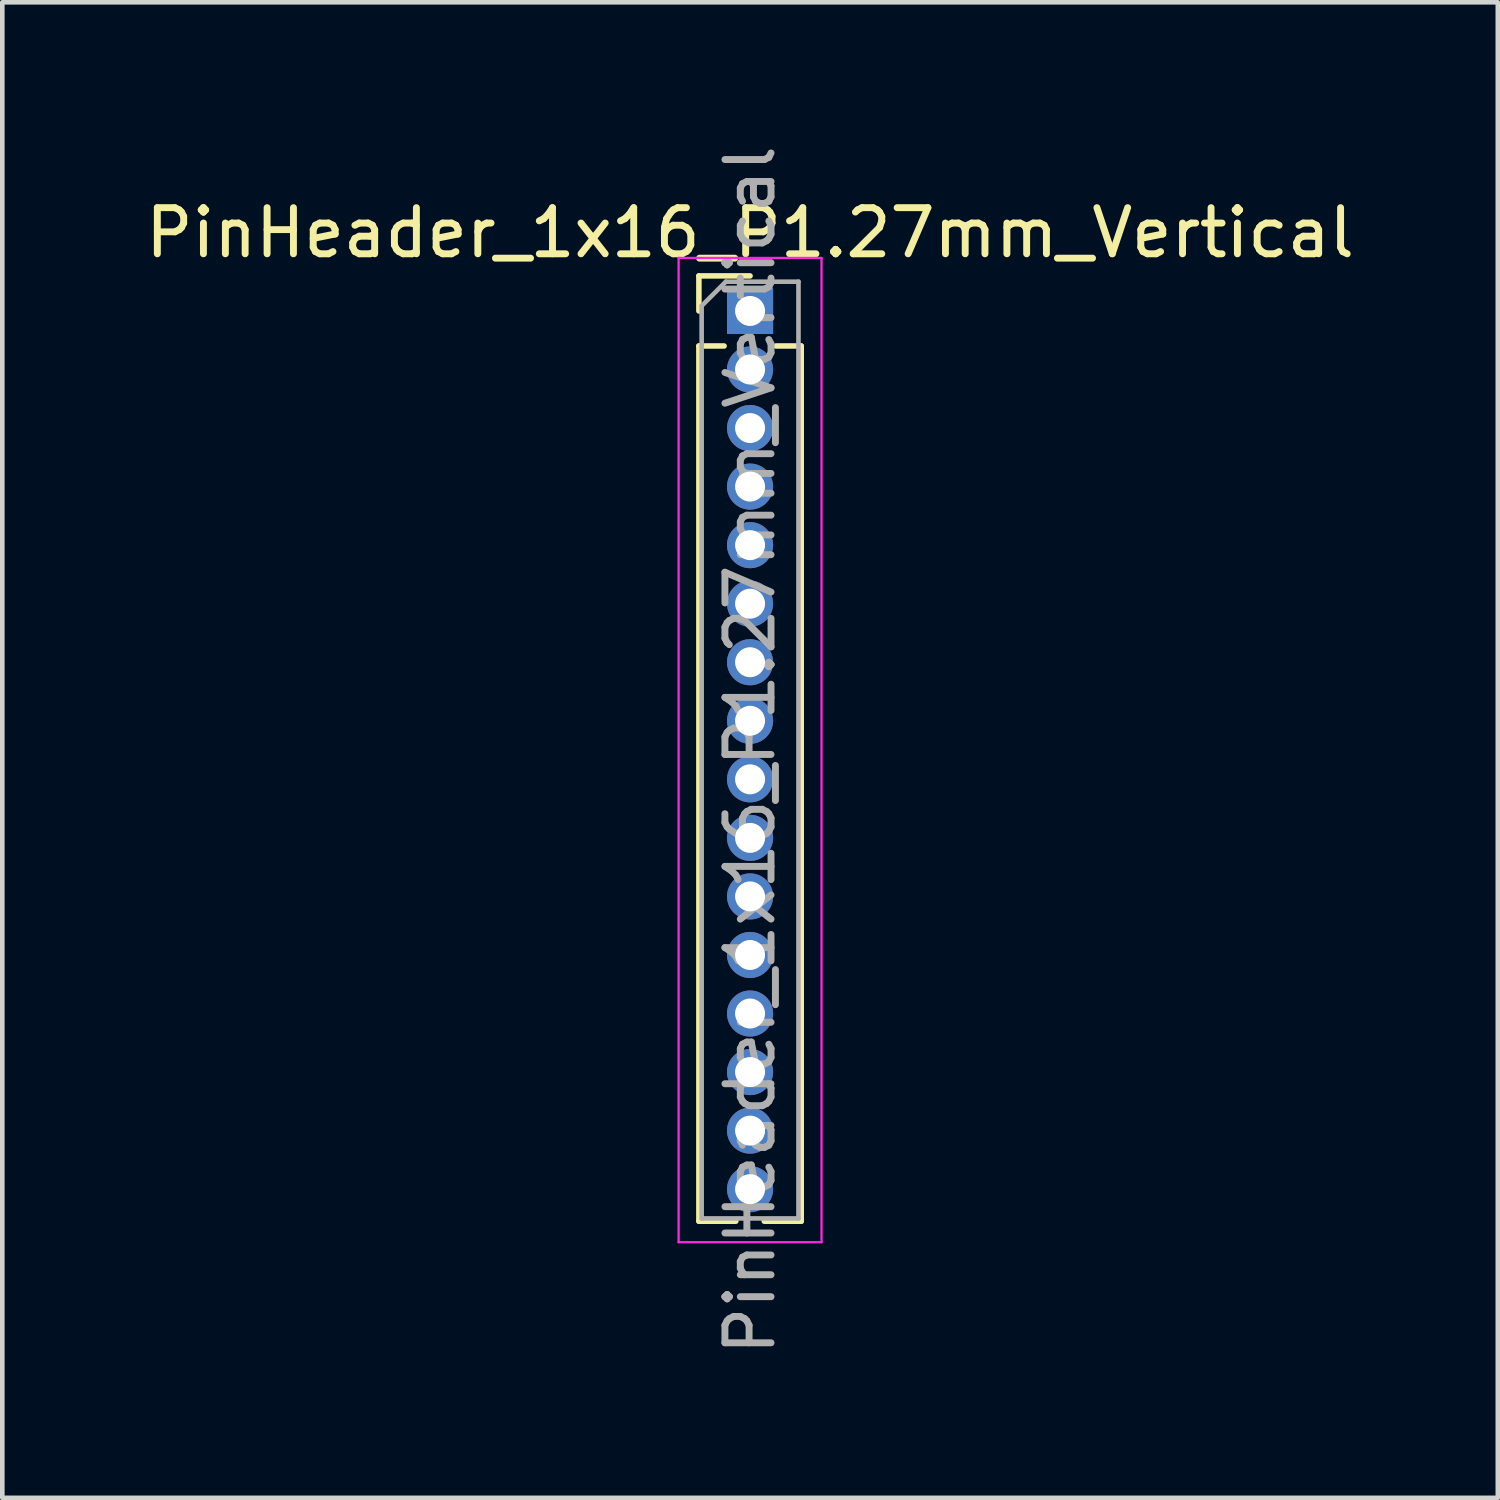
<source format=kicad_pcb>
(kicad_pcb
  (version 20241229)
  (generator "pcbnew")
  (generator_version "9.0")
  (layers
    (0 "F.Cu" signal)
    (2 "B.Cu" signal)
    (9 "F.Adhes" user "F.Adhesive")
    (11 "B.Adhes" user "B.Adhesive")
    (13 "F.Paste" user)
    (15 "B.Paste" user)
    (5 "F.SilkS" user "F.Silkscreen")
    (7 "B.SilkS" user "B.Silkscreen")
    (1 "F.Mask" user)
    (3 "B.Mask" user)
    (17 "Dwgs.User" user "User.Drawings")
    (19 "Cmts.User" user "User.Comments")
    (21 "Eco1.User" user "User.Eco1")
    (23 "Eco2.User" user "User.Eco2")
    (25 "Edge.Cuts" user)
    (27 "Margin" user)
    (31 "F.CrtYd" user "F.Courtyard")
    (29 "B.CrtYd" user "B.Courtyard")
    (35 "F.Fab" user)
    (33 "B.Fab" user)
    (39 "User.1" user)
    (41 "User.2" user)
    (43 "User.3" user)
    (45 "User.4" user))
  (footprint "PinHeader_1x16_P1.27mm_Vertical"
    (layer "F.Cu")
    (at 13.22 3.695)
    (property "Reference" "PinHeader_1x16_P1.27mm_Vertical" (at 0 -1.695 0) (layer "F.SilkS") (effects (font (size 1 1) (thickness 0.15))))
    (attr through_hole)
    (fp_line (start -1.11 -0.76) (end 0 -0.76) (stroke (width 0.12) (type solid)) (layer "F.SilkS"))
    (fp_line (start -1.11 0) (end -1.11 -0.76) (stroke (width 0.12) (type solid)) (layer "F.SilkS"))
    (fp_line (start -1.11 0.76) (end -1.11 19.745) (stroke (width 0.12) (type solid)) (layer "F.SilkS"))
    (fp_line (start -1.11 0.76) (end -0.563 0.76) (stroke (width 0.12) (type solid)) (layer "F.SilkS"))
    (fp_line (start -1.11 19.745) (end -0.308 19.745) (stroke (width 0.12) (type solid)) (layer "F.SilkS"))
    (fp_line (start 0.308 19.745) (end 1.11 19.745) (stroke (width 0.12) (type solid)) (layer "F.SilkS"))
    (fp_line (start 0.563 0.76) (end 1.11 0.76) (stroke (width 0.12) (type solid)) (layer "F.SilkS"))
    (fp_line (start 1.11 0.76) (end 1.11 19.745) (stroke (width 0.12) (type solid)) (layer "F.SilkS"))
    (fp_line (start -1.55 -1.15) (end -1.55 20.2) (stroke (width 0.05) (type solid)) (layer "F.CrtYd"))
    (fp_line (start -1.55 20.2) (end 1.55 20.2) (stroke (width 0.05) (type solid)) (layer "F.CrtYd"))
    (fp_line (start 1.55 -1.15) (end -1.55 -1.15) (stroke (width 0.05) (type solid)) (layer "F.CrtYd"))
    (fp_line (start 1.55 20.2) (end 1.55 -1.15) (stroke (width 0.05) (type solid)) (layer "F.CrtYd"))
    (fp_line (start -1.05 -0.11) (end -0.525 -0.635) (stroke (width 0.1) (type solid)) (layer "F.Fab"))
    (fp_line (start -1.05 19.685) (end -1.05 -0.11) (stroke (width 0.1) (type solid)) (layer "F.Fab"))
    (fp_line (start -0.525 -0.635) (end 1.05 -0.635) (stroke (width 0.1) (type solid)) (layer "F.Fab"))
    (fp_line (start 1.05 -0.635) (end 1.05 19.685) (stroke (width 0.1) (type solid)) (layer "F.Fab"))
    (fp_line (start 1.05 19.685) (end -1.05 19.685) (stroke (width 0.1) (type solid)) (layer "F.Fab"))
    (fp_text user "${REFERENCE}" (at 0 9.525 90) (layer "F.Fab") (effects (font (size 1 1) (thickness 0.15))))
    (pad "1" thru_hole rect (at 0 0) (size 1 1) (drill 0.65) (layers "*.Cu" "*.Mask"))
    (pad "2" thru_hole oval (at 0 1.27) (size 1 1) (drill 0.65) (layers "*.Cu" "*.Mask"))
    (pad "3" thru_hole oval (at 0 2.54) (size 1 1) (drill 0.65) (layers "*.Cu" "*.Mask"))
    (pad "4" thru_hole oval (at 0 3.81) (size 1 1) (drill 0.65) (layers "*.Cu" "*.Mask"))
    (pad "5" thru_hole oval (at 0 5.08) (size 1 1) (drill 0.65) (layers "*.Cu" "*.Mask"))
    (pad "6" thru_hole oval (at 0 6.35) (size 1 1) (drill 0.65) (layers "*.Cu" "*.Mask"))
    (pad "7" thru_hole oval (at 0 7.62) (size 1 1) (drill 0.65) (layers "*.Cu" "*.Mask"))
    (pad "8" thru_hole oval (at 0 8.89) (size 1 1) (drill 0.65) (layers "*.Cu" "*.Mask"))
    (pad "9" thru_hole oval (at 0 10.16) (size 1 1) (drill 0.65) (layers "*.Cu" "*.Mask"))
    (pad "10" thru_hole oval (at 0 11.43) (size 1 1) (drill 0.65) (layers "*.Cu" "*.Mask"))
    (pad "11" thru_hole oval (at 0 12.7) (size 1 1) (drill 0.65) (layers "*.Cu" "*.Mask"))
    (pad "12" thru_hole oval (at 0 13.97) (size 1 1) (drill 0.65) (layers "*.Cu" "*.Mask"))
    (pad "13" thru_hole oval (at 0 15.24) (size 1 1) (drill 0.65) (layers "*.Cu" "*.Mask"))
    (pad "14" thru_hole oval (at 0 16.51) (size 1 1) (drill 0.65) (layers "*.Cu" "*.Mask"))
    (pad "15" thru_hole oval (at 0 17.78) (size 1 1) (drill 0.65) (layers "*.Cu" "*.Mask"))
    (pad "16" thru_hole oval (at 0 19.05) (size 1 1) (drill 0.65) (layers "*.Cu" "*.Mask")))
  (gr_rect
    (start -3 -3)
    (end 29.44 29.44)
    (stroke (width 0.1) (type default))
    (fill no)
    (layer "Edge.Cuts")))
</source>
